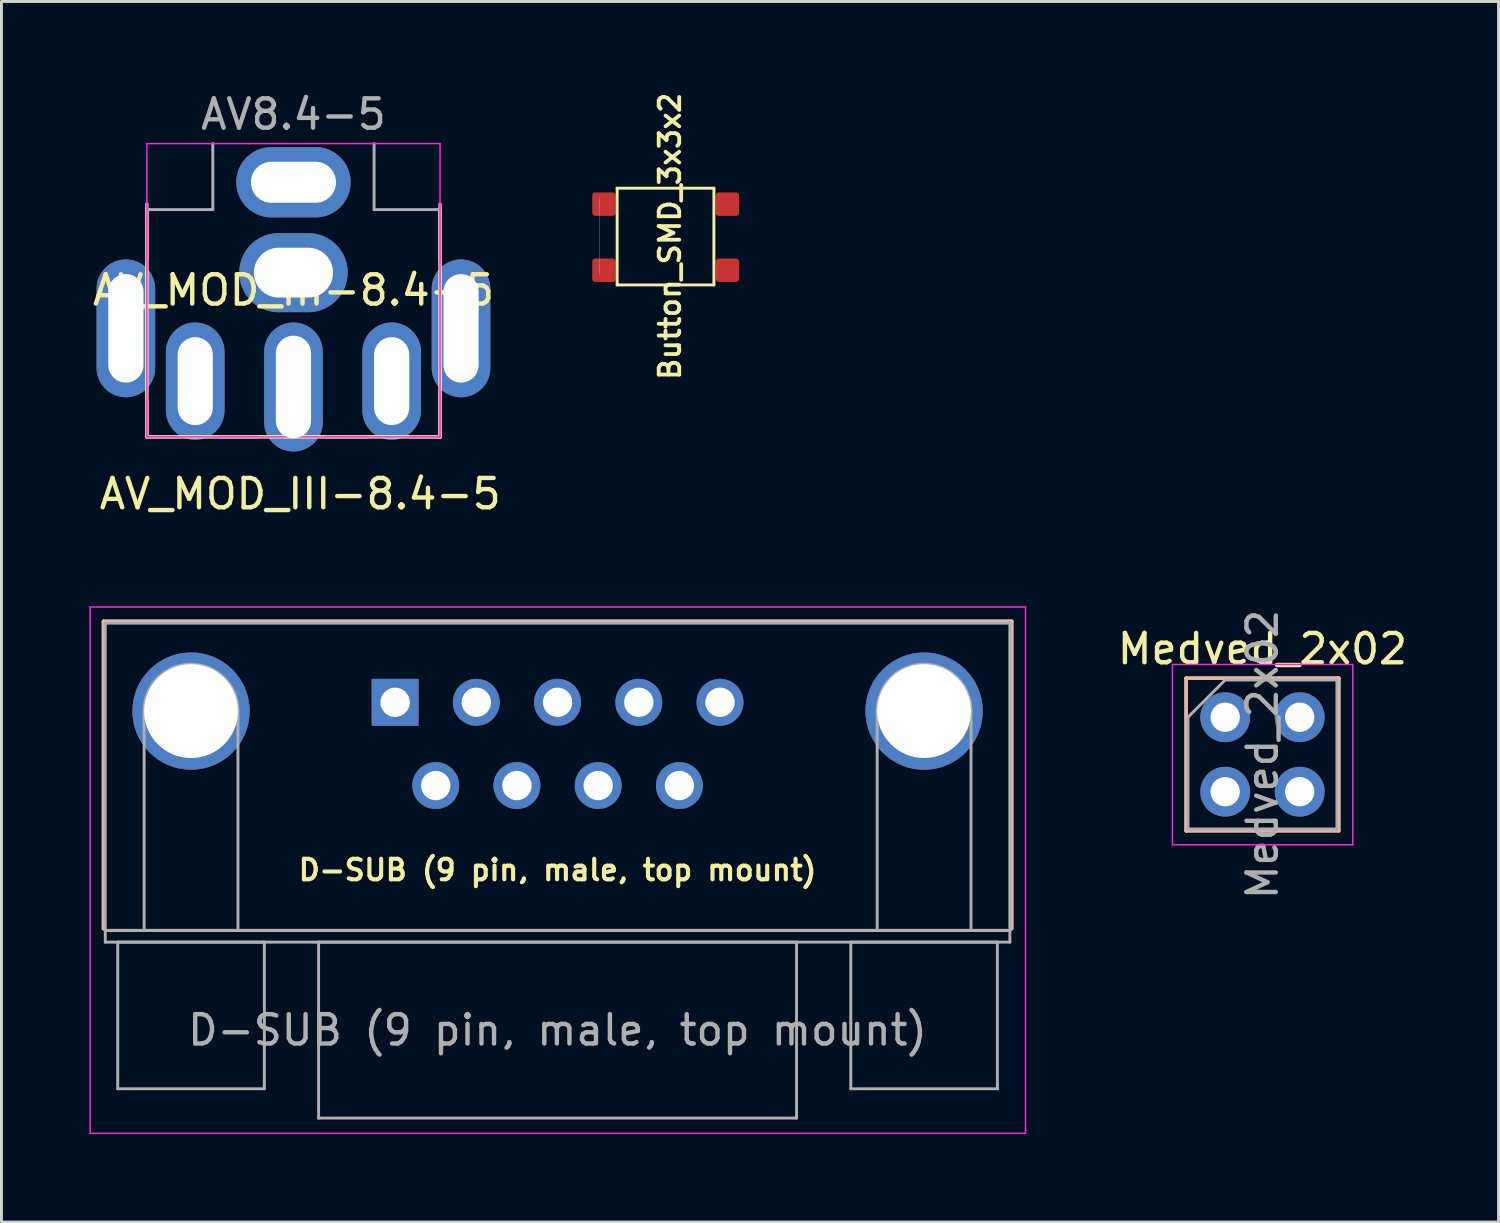
<source format=kicad_pcb>
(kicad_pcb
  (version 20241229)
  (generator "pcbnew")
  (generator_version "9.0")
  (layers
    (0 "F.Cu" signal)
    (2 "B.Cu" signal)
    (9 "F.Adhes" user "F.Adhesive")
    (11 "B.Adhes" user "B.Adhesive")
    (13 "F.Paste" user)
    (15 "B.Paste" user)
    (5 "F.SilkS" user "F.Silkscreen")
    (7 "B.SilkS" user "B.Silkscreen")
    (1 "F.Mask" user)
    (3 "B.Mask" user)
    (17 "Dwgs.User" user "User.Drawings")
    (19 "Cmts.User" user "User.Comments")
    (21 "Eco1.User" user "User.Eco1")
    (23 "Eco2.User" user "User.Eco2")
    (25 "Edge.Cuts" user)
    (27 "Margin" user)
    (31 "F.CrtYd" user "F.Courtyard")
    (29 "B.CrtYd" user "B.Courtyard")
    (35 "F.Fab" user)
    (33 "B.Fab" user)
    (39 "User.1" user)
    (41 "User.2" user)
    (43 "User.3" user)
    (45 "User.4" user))
  (footprint "AV_MOD_III-8.4-5"
    (layer "F.Cu")
    (at 6.958 6.848)
    (property "Reference" "AV_MOD_III-8.4-5" (at 0 0 0) (layer "F.SilkS") (effects (font (size 1 1) (thickness 0.15))))
    (attr through_hole)
    (fp_line (start -5 5) (end -5 -2.75) (stroke (width 0.12) (type solid)) (layer "F.SilkS"))
    (fp_line (start 5 -2.75) (end 5 5) (stroke (width 0.12) (type solid)) (layer "F.SilkS"))
    (fp_line (start 5 5) (end -5 5) (stroke (width 0.12) (type solid)) (layer "F.SilkS"))
    (fp_line (start -5 -1) (end -5 -2.938) (stroke (width 0.12) (type solid)) (layer "B.SilkS"))
    (fp_line (start -5 5) (end -5 3.75) (stroke (width 0.12) (type solid)) (layer "B.SilkS"))
    (fp_line (start -4 5) (end -5 5) (stroke (width 0.12) (type solid)) (layer "B.SilkS"))
    (fp_line (start -1.25 5) (end -2.5 5) (stroke (width 0.12) (type solid)) (layer "B.SilkS"))
    (fp_line (start 2.5 5) (end 1.1 5) (stroke (width 0.12) (type solid)) (layer "B.SilkS"))
    (fp_line (start 5 -2.75) (end 5 -1) (stroke (width 0.12) (type solid)) (layer "B.SilkS"))
    (fp_line (start 5 -1) (end 5 -2.938) (stroke (width 0.12) (type solid)) (layer "B.SilkS"))
    (fp_line (start 5 3.75) (end 5 5) (stroke (width 0.12) (type solid)) (layer "B.SilkS"))
    (fp_line (start 5 5) (end 4 5) (stroke (width 0.12) (type solid)) (layer "B.SilkS"))
    (fp_line (start 5 5) (end 5 3.5) (stroke (width 0.12) (type solid)) (layer "B.SilkS"))
    (fp_line (start -5 -5) (end -5 5) (stroke (width 0.05) (type solid)) (layer "F.CrtYd"))
    (fp_line (start 5 -5) (end -5 -5) (stroke (width 0.05) (type solid)) (layer "F.CrtYd"))
    (fp_line (start 5 5) (end -5 5) (stroke (width 0.05) (type solid)) (layer "F.CrtYd"))
    (fp_line (start 5 5) (end 5 -5) (stroke (width 0.05) (type solid)) (layer "F.CrtYd"))
    (fp_line (start -2.75 -5) (end -2.75 -2.75) (stroke (width 0.1) (type solid)) (layer "F.Fab"))
    (fp_line (start -2.75 -2.75) (end -5 -2.75) (stroke (width 0.1) (type solid)) (layer "F.Fab"))
    (fp_line (start 2.75 -5) (end 2.75 -2.75) (stroke (width 0.1) (type solid)) (layer "F.Fab"))
    (fp_line (start 2.75 -2.75) (end 5 -2.75) (stroke (width 0.1) (type solid)) (layer "F.Fab"))
    (fp_text user "${REFERENCE}" (at 0.23 7.531 0) (unlocked yes) (layer "F.SilkS") (effects (font (size 1 1) (thickness 0.15)) (justify bottom)))
    (fp_text user "AV8.4-5" (at 0 -6 0) (layer "F.Fab") (effects (font (size 1 1) (thickness 0.15))))
    (pad "1" thru_hole oval (at -3.35 3.1) (size 2 4) (drill oval 1.2 3) (layers "*.Cu" "*.Mask"))
    (pad "1" thru_hole oval (at 0 3.3) (size 2 4.4) (drill oval 1.2 3.5) (layers "*.Cu" "*.Mask"))
    (pad "1" thru_hole oval (at 3.35 3.1) (size 2 4) (drill oval 1.2 3) (layers "*.Cu" "*.Mask"))
    (pad "2" thru_hole oval (at -5.715 1.3) (size 2 4.7) (drill oval 1.2 3.7) (layers "*.Cu" "*.Mask"))
    (pad "2" thru_hole oval (at 0 -3.683) (size 3.9 2.4) (drill oval 2.9 1.4) (layers "*.Cu" "*.Mask"))
    (pad "2" thru_hole oval (at 0 -0.6) (size 3.7 2.7) (drill oval 2.7 1.7) (layers "*.Cu" "*.Mask"))
    (pad "2" thru_hole oval (at 5.715 1.3) (size 2 4.7) (drill oval 1.2 3.7) (layers "*.Cu" "*.Mask")))
  (footprint "D-SUB (9 pin, male, top mount)"
    (layer "F.Cu")
    (at 10.425 20.901)
    (property "Reference" "D-SUB (9 pin, male, top mount)" (at 5.54 5.72 0) (layer "F.SilkS") (effects (font (size 0.7 0.7) (thickness 0.14) (bold yes))))
    (attr through_hole)
    (fp_line (start -9.945 -2.76) (end 21.025 -2.76) (stroke (width 0.12) (type solid)) (layer "F.SilkS"))
    (fp_line (start -9.945 7.72) (end -9.945 -2.76) (stroke (width 0.12) (type solid)) (layer "F.SilkS"))
    (fp_line (start 21.025 -2.76) (end 21.025 7.72) (stroke (width 0.12) (type solid)) (layer "F.SilkS"))
    (fp_line (start -9.945 -2.76) (end 21.025 -2.76) (stroke (width 0.12) (type solid)) (layer "B.SilkS"))
    (fp_line (start -9.945 7.72) (end -9.945 -2.76) (stroke (width 0.12) (type solid)) (layer "B.SilkS"))
    (fp_line (start 21.025 -2.76) (end 21.025 7.72) (stroke (width 0.12) (type solid)) (layer "B.SilkS"))
    (fp_line (start -10.4 -3.25) (end -10.4 14.7) (stroke (width 0.05) (type solid)) (layer "F.CrtYd"))
    (fp_line (start -10.4 14.7) (end 21.5 14.7) (stroke (width 0.05) (type solid)) (layer "F.CrtYd"))
    (fp_line (start 21.5 -3.25) (end -10.4 -3.25) (stroke (width 0.05) (type solid)) (layer "F.CrtYd"))
    (fp_line (start 21.5 14.7) (end 21.5 -3.25) (stroke (width 0.05) (type solid)) (layer "F.CrtYd"))
    (fp_line (start -9.885 -2.7) (end -9.885 7.78) (stroke (width 0.1) (type solid)) (layer "F.Fab"))
    (fp_line (start -9.885 7.78) (end -9.885 8.18) (stroke (width 0.1) (type solid)) (layer "F.Fab"))
    (fp_line (start -9.885 7.78) (end 20.965 7.78) (stroke (width 0.1) (type solid)) (layer "F.Fab"))
    (fp_line (start -9.885 8.18) (end 20.965 8.18) (stroke (width 0.1) (type solid)) (layer "F.Fab"))
    (fp_line (start -9.46 8.18) (end -9.46 13.18) (stroke (width 0.1) (type solid)) (layer "F.Fab"))
    (fp_line (start -9.46 13.18) (end -4.46 13.18) (stroke (width 0.1) (type solid)) (layer "F.Fab"))
    (fp_line (start -8.56 7.78) (end -8.56 0.3) (stroke (width 0.1) (type solid)) (layer "F.Fab"))
    (fp_line (start -5.36 7.78) (end -5.36 0.3) (stroke (width 0.1) (type solid)) (layer "F.Fab"))
    (fp_line (start -4.46 8.18) (end -9.46 8.18) (stroke (width 0.1) (type solid)) (layer "F.Fab"))
    (fp_line (start -4.46 13.18) (end -4.46 8.18) (stroke (width 0.1) (type solid)) (layer "F.Fab"))
    (fp_line (start -2.61 8.18) (end -2.61 14.18) (stroke (width 0.1) (type solid)) (layer "F.Fab"))
    (fp_line (start -2.61 14.18) (end 13.69 14.18) (stroke (width 0.1) (type solid)) (layer "F.Fab"))
    (fp_line (start 13.69 8.18) (end -2.61 8.18) (stroke (width 0.1) (type solid)) (layer "F.Fab"))
    (fp_line (start 13.69 14.18) (end 13.69 8.18) (stroke (width 0.1) (type solid)) (layer "F.Fab"))
    (fp_line (start 15.54 8.18) (end 15.54 13.18) (stroke (width 0.1) (type solid)) (layer "F.Fab"))
    (fp_line (start 15.54 13.18) (end 20.54 13.18) (stroke (width 0.1) (type solid)) (layer "F.Fab"))
    (fp_line (start 16.44 7.78) (end 16.44 0.3) (stroke (width 0.1) (type solid)) (layer "F.Fab"))
    (fp_line (start 19.64 7.78) (end 19.64 0.3) (stroke (width 0.1) (type solid)) (layer "F.Fab"))
    (fp_line (start 20.54 8.18) (end 15.54 8.18) (stroke (width 0.1) (type solid)) (layer "F.Fab"))
    (fp_line (start 20.54 13.18) (end 20.54 8.18) (stroke (width 0.1) (type solid)) (layer "F.Fab"))
    (fp_line (start 20.965 -2.7) (end -9.885 -2.7) (stroke (width 0.1) (type solid)) (layer "F.Fab"))
    (fp_line (start 20.965 7.78) (end -9.885 7.78) (stroke (width 0.1) (type solid)) (layer "F.Fab"))
    (fp_line (start 20.965 7.78) (end 20.965 -2.7) (stroke (width 0.1) (type solid)) (layer "F.Fab"))
    (fp_line (start 20.965 8.18) (end 20.965 7.78) (stroke (width 0.1) (type solid)) (layer "F.Fab"))
    (fp_arc (start -8.56 0.3) (mid -6.96 -1.3) (end -5.36 0.3) (stroke (width 0.1) (type solid)) (layer "F.Fab"))
    (fp_arc (start 16.44 0.3) (mid 18.04 -1.3) (end 19.64 0.3) (stroke (width 0.1) (type solid)) (layer "F.Fab"))
    (fp_text user "${REFERENCE}" (at 5.54 11.18 0) (layer "F.Fab") (effects (font (size 1 1) (thickness 0.15))))
    (pad "0" thru_hole circle (at -6.96 0.3) (size 4 4) (drill 3.2) (layers "*.Cu" "*.Mask"))
    (pad "0" thru_hole circle (at 18.04 0.3) (size 4 4) (drill 3.2) (layers "*.Cu" "*.Mask"))
    (pad "1" thru_hole rect (at 0 0) (size 1.6 1.6) (drill 1) (layers "*.Cu" "*.Mask"))
    (pad "2" thru_hole circle (at 2.77 0) (size 1.6 1.6) (drill 1) (layers "*.Cu" "*.Mask"))
    (pad "3" thru_hole circle (at 5.54 0) (size 1.6 1.6) (drill 1) (layers "*.Cu" "*.Mask"))
    (pad "4" thru_hole circle (at 8.31 0) (size 1.6 1.6) (drill 1) (layers "*.Cu" "*.Mask"))
    (pad "5" thru_hole circle (at 11.08 0) (size 1.6 1.6) (drill 1) (layers "*.Cu" "*.Mask"))
    (pad "6" thru_hole circle (at 1.385 2.84) (size 1.6 1.6) (drill 1) (layers "*.Cu" "*.Mask"))
    (pad "7" thru_hole circle (at 4.155 2.84) (size 1.6 1.6) (drill 1) (layers "*.Cu" "*.Mask"))
    (pad "8" thru_hole circle (at 6.925 2.84) (size 1.6 1.6) (drill 1) (layers "*.Cu" "*.Mask"))
    (pad "9" thru_hole circle (at 9.695 2.84) (size 1.6 1.6) (drill 1) (layers "*.Cu" "*.Mask")))
  (footprint "Button_SMD_3x3x2"
    (layer "F.Cu")
    (at 17.997 3.368)
    (property "Reference" "Button_SMD_3x3x2" (at 1.8 1.64 270) (layer "F.SilkS") (effects (font (size 0.7 0.7) (thickness 0.13) (bold yes))))
    (attr smd)
    (fp_line (start 0 0) (end 0 3.3) (stroke (width 0.1) (type default)) (layer "F.SilkS"))
    (fp_line (start 0 0) (end 3.3 0) (stroke (width 0.1) (type default)) (layer "F.SilkS"))
    (fp_line (start 3.3 3.3) (end 0 3.3) (stroke (width 0.1) (type default)) (layer "F.SilkS"))
    (fp_line (start 3.3 3.3) (end 3.3 0) (stroke (width 0.1) (type default)) (layer "F.SilkS"))
    (fp_line (start -0.6 2.95) (end -0.6 0.35) (stroke (width 0.01) (type default)) (layer "Dwgs.User"))
    (pad "1" smd roundrect (at -0.45 0.545) (size 0.8 0.8) (layers "F.Cu" "F.Mask" "F.Paste") (roundrect_rratio 0.131))
    (pad "2" smd roundrect (at 3.76 0.545) (size 0.8 0.8) (layers "F.Cu" "F.Mask" "F.Paste") (roundrect_rratio 0.131))
    (pad "3" smd roundrect (at -0.45 2.8) (size 0.8 0.8) (layers "F.Cu" "F.Mask" "F.Paste") (roundrect_rratio 0.131))
    (pad "4" smd roundrect (at 3.76 2.8) (size 0.8 0.8) (layers "F.Cu" "F.Mask" "F.Paste") (roundrect_rratio 0.131)))
  (footprint "Medved_2x02"
    (layer "F.Cu")
    (at 38.734 21.41)
    (property "Reference" "Medved_2x02" (at 1.27 -2.33 0) (layer "F.SilkS") (effects (font (size 1 1) (thickness 0.15))))
    (attr through_hole)
    (fp_line (start -1.33 -1.33) (end -1.33 3.87) (stroke (width 0.12) (type solid)) (layer "F.SilkS"))
    (fp_line (start -1.33 -1.33) (end 3.87 -1.33) (stroke (width 0.12) (type solid)) (layer "F.SilkS"))
    (fp_line (start -1.33 3.87) (end 3.87 3.87) (stroke (width 0.12) (type solid)) (layer "F.SilkS"))
    (fp_line (start 3.87 -1.33) (end 3.87 3.87) (stroke (width 0.12) (type solid)) (layer "F.SilkS"))
    (fp_line (start -1.33 -1.33) (end -1.33 3.87) (stroke (width 0.12) (type solid)) (layer "B.SilkS"))
    (fp_line (start -1.33 -1.33) (end 3.87 -1.33) (stroke (width 0.12) (type solid)) (layer "B.SilkS"))
    (fp_line (start -1.33 3.87) (end 3.87 3.87) (stroke (width 0.12) (type solid)) (layer "B.SilkS"))
    (fp_line (start 3.87 -1.33) (end 3.87 3.87) (stroke (width 0.12) (type solid)) (layer "B.SilkS"))
    (fp_line (start -1.8 -1.8) (end -1.8 4.35) (stroke (width 0.05) (type solid)) (layer "F.CrtYd"))
    (fp_line (start -1.8 4.35) (end 4.35 4.35) (stroke (width 0.05) (type solid)) (layer "F.CrtYd"))
    (fp_line (start 4.35 -1.8) (end -1.8 -1.8) (stroke (width 0.05) (type solid)) (layer "F.CrtYd"))
    (fp_line (start 4.35 4.35) (end 4.35 -1.8) (stroke (width 0.05) (type solid)) (layer "F.CrtYd"))
    (fp_line (start -1.27 0) (end 0 -1.27) (stroke (width 0.1) (type solid)) (layer "F.Fab"))
    (fp_line (start -1.27 3.81) (end -1.27 0) (stroke (width 0.1) (type solid)) (layer "F.Fab"))
    (fp_line (start 0 -1.27) (end 3.81 -1.27) (stroke (width 0.1) (type solid)) (layer "F.Fab"))
    (fp_line (start 3.81 -1.27) (end 3.81 3.81) (stroke (width 0.1) (type solid)) (layer "F.Fab"))
    (fp_line (start 3.81 3.81) (end -1.27 3.81) (stroke (width 0.1) (type solid)) (layer "F.Fab"))
    (fp_text user "${REFERENCE}" (at 1.27 1.27 90) (layer "F.Fab") (effects (font (size 1 1) (thickness 0.15))))
    (pad "1" thru_hole circle (at 0 0) (size 1.7 1.7) (drill 1) (layers "*.Cu" "*.Mask"))
    (pad "2" thru_hole oval (at 2.54 0) (size 1.7 1.7) (drill 1) (layers "*.Cu" "*.Mask"))
    (pad "3" thru_hole oval (at 0 2.54) (size 1.7 1.7) (drill 1) (layers "*.Cu" "*.Mask"))
    (pad "4" thru_hole oval (at 2.54 2.54) (size 1.7 1.7) (drill 1) (layers "*.Cu" "*.Mask")))
  (gr_rect
    (start -3 -3)
    (end 48.057 38.626)
    (stroke (width 0.1) (type default))
    (fill no)
    (layer "Edge.Cuts")))
</source>
